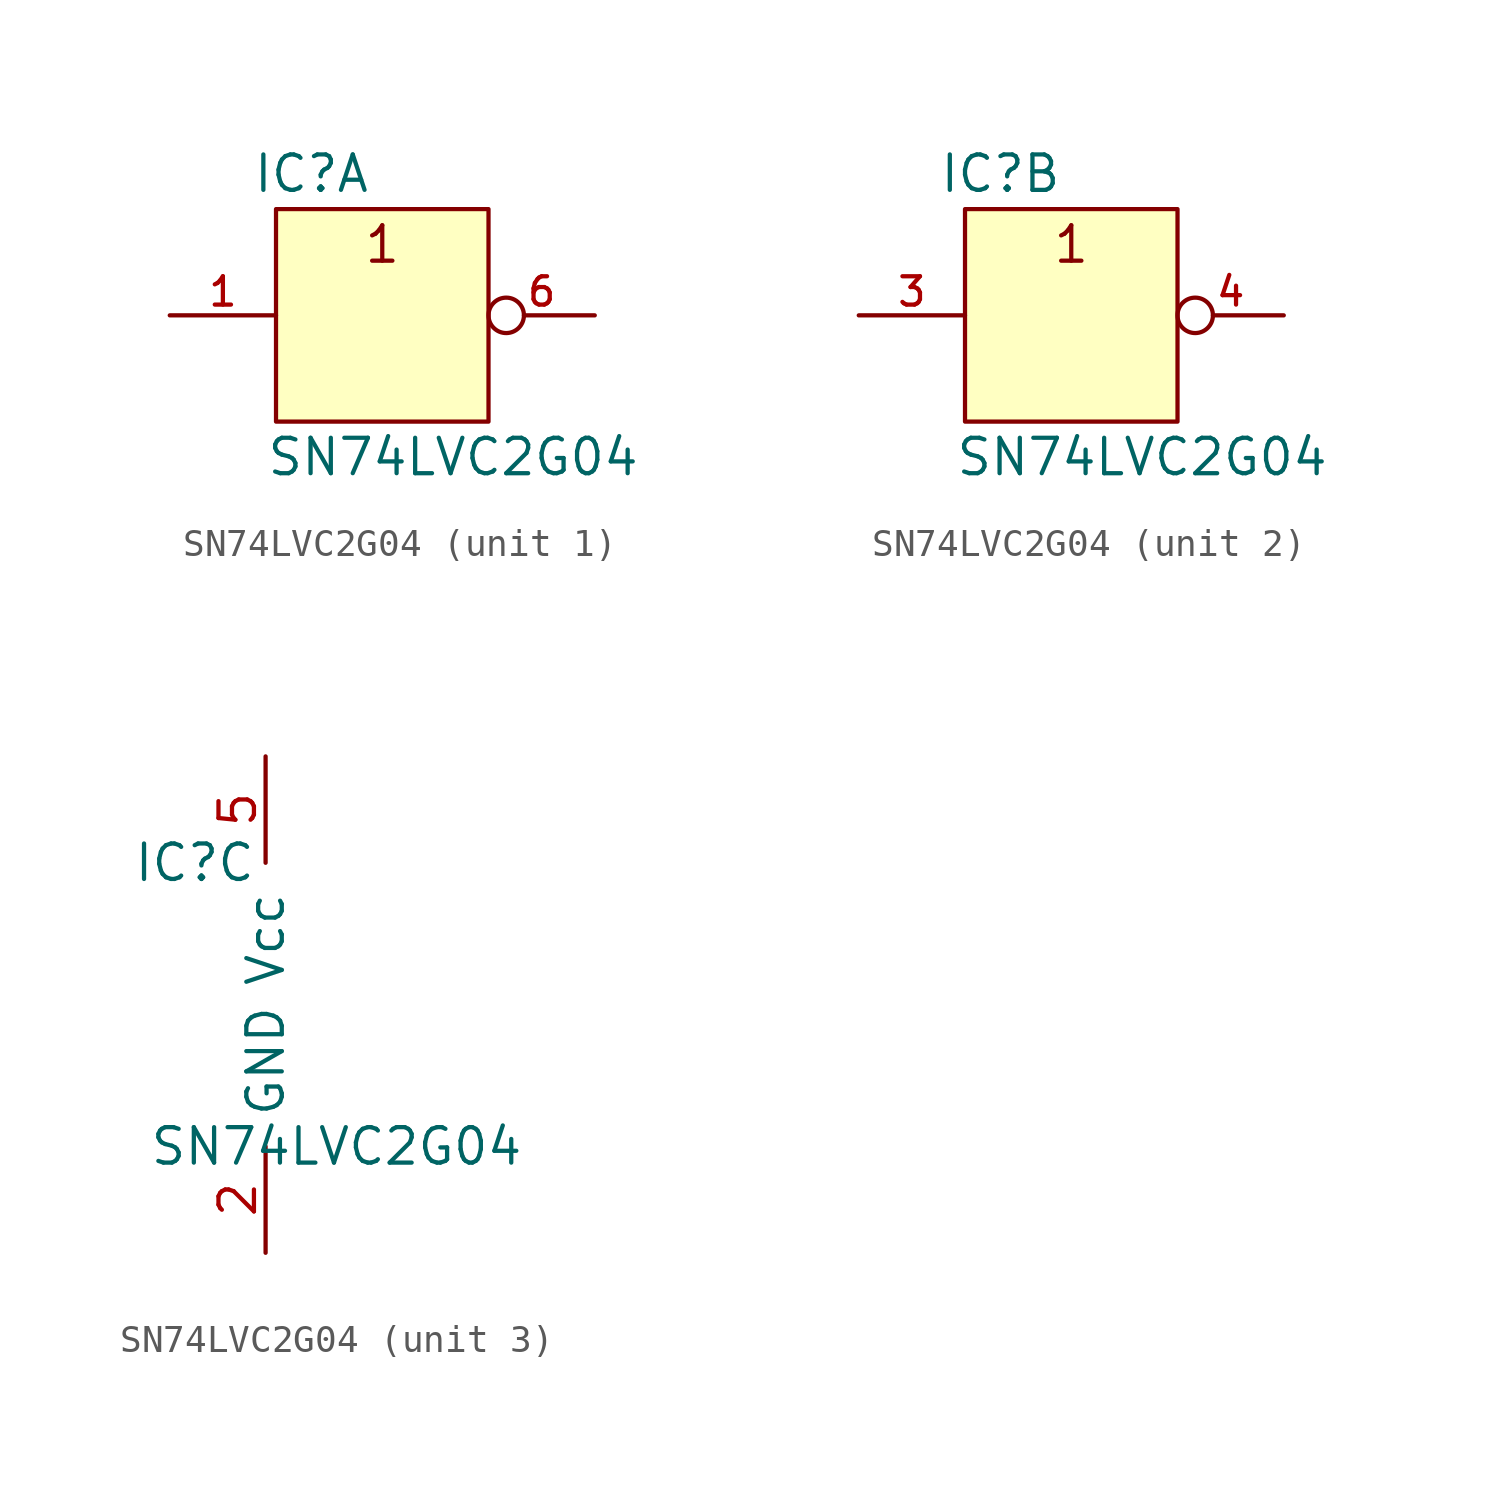
<source format=kicad_sym>
(kicad_symbol_lib
  (version 20231120)
  (generator "kicad_symbol_editor")
  (generator_version "8.0")
  (symbol "SN74LVC2G04"
    (pin_names
      (offset 1.016))
    (property "Reference" "IC"
      (at -2.54 5.08 0)
      (effects (font (size 1.27 1.27))))
    (property "Value" "SN74LVC2G04"
      (at 2.54 -5.08 0)
      (effects (font (size 1.27 1.27))))
    (property "ki_locked" ""
      (at 0 0 0)
      (effects (font (size 1.27 1.27))))
    (symbol "SN74LVC2G04_1_0"
      (rectangle (start -3.81 3.81) (end 3.81 -3.81) (stroke (width 0) (type solid)) (fill (type background))))
    (symbol "SN74LVC2G04_1_1"
      (text "1" (at 0 2.54 0) (effects (font (size 1.27 1.27))))
      (pin input line (at -7.62 0 0) (length 3.81) (name "~" (effects (font (size 1.016 1.016)))) (number "1" (effects (font (size 1.016 1.016)))))
      (pin output inverted (at 7.62 0 180) (length 3.81) (name "~" (effects (font (size 1.016 1.016)))) (number "6" (effects (font (size 1.016 1.016))))))
    (symbol "SN74LVC2G04_2_1"
      (rectangle (start -3.81 3.81) (end 3.81 -3.81) (stroke (width 0) (type solid)) (fill (type background)))
      (text "1" (at 0 2.54 0) (effects (font (size 1.27 1.27))))
      (pin input line (at -7.62 0 0) (length 3.81) (name "~" (effects (font (size 1.016 1.016)))) (number "3" (effects (font (size 1.016 1.016)))))
      (pin output inverted (at 7.62 0 180) (length 3.81) (name "~" (effects (font (size 1.016 1.016)))) (number "4" (effects (font (size 1.016 1.016))))))
    (symbol "SN74LVC2G04_3_1"
      (pin power_in line (at 0 -8.89 90) (length 3.81) (name "GND" (effects (font (size 1.27 1.27)))) (number "2" (effects (font (size 1.27 1.27)))))
      (pin power_in line (at 0 8.89 270) (length 3.81) (name "Vcc" (effects (font (size 1.27 1.27)))) (number "5" (effects (font (size 1.27 1.27))))))))
</source>
